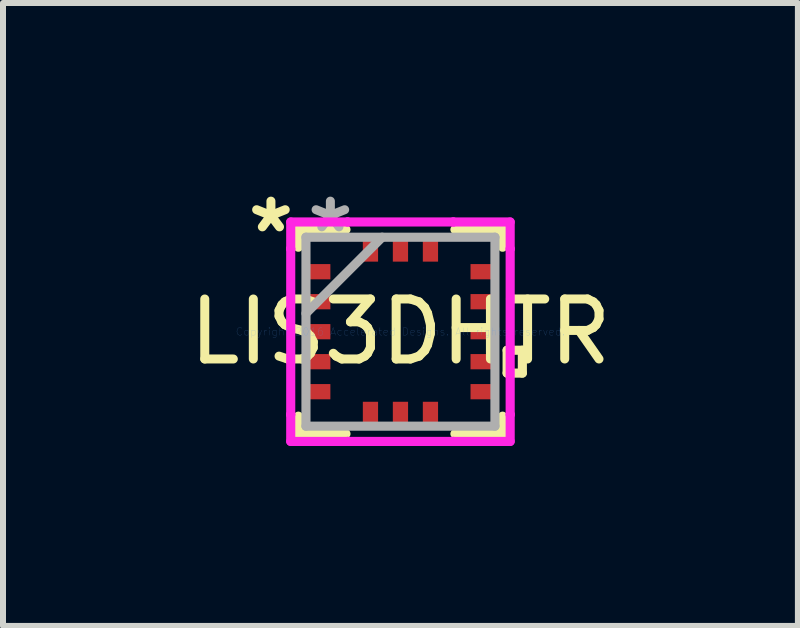
<source format=kicad_pcb>
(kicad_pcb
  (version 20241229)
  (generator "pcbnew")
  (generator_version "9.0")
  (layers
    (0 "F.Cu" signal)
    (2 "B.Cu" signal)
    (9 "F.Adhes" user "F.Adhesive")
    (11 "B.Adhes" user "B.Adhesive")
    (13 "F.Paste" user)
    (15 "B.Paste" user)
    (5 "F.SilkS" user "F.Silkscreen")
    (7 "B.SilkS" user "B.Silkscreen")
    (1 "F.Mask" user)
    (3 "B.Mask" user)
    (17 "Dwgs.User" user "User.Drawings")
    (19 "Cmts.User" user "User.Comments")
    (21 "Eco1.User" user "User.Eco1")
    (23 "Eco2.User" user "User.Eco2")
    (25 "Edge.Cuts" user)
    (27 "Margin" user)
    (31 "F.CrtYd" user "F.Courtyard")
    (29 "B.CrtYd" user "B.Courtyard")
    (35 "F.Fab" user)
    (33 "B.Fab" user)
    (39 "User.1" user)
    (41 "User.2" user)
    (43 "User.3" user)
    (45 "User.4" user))
  (footprint "LIS3DHTR"
    (layer "F.Cu")
    (at 3.625 2.479)
    (property "Reference" "LIS3DHTR" (at 0 0 0) (layer "F.SilkS") (effects (font (size 1 1) (thickness 0.15))))
    (attr through_hole)
    (fp_line (start -1.702 -1.702) (end -1.702 -1.408) (stroke (width 0.152) (type solid)) (layer "F.SilkS"))
    (fp_line (start -1.702 1.408) (end -1.702 1.702) (stroke (width 0.152) (type solid)) (layer "F.SilkS"))
    (fp_line (start -1.702 1.702) (end -0.908 1.702) (stroke (width 0.152) (type solid)) (layer "F.SilkS"))
    (fp_line (start -0.908 -1.702) (end -1.702 -1.702) (stroke (width 0.152) (type solid)) (layer "F.SilkS"))
    (fp_line (start 0.908 1.702) (end 1.702 1.702) (stroke (width 0.152) (type solid)) (layer "F.SilkS"))
    (fp_line (start 1.702 -1.702) (end 0.908 -1.702) (stroke (width 0.152) (type solid)) (layer "F.SilkS"))
    (fp_line (start 1.702 -1.408) (end 1.702 -1.702) (stroke (width 0.152) (type solid)) (layer "F.SilkS"))
    (fp_line (start 1.702 1.702) (end 1.702 1.408) (stroke (width 0.152) (type solid)) (layer "F.SilkS"))
    (fp_line (start 1.778 0.309) (end 2.032 0.309) (stroke (width 0.152) (type solid)) (layer "F.SilkS"))
    (fp_line (start 1.778 0.69) (end 1.778 0.309) (stroke (width 0.152) (type solid)) (layer "F.SilkS"))
    (fp_line (start 2.032 0.309) (end 2.032 0.69) (stroke (width 0.152) (type solid)) (layer "F.SilkS"))
    (fp_line (start 2.032 0.69) (end 1.778 0.69) (stroke (width 0.152) (type solid)) (layer "F.SilkS"))
    (fp_line (start -1.829 -1.829) (end -0.881 -1.829) (stroke (width 0.152) (type solid)) (layer "F.CrtYd"))
    (fp_line (start -1.829 -1.381) (end -1.829 -1.829) (stroke (width 0.152) (type solid)) (layer "F.CrtYd"))
    (fp_line (start -1.829 -1.381) (end -1.829 -1.381) (stroke (width 0.152) (type solid)) (layer "F.CrtYd"))
    (fp_line (start -1.829 1.381) (end -1.829 -1.381) (stroke (width 0.152) (type solid)) (layer "F.CrtYd"))
    (fp_line (start -1.829 1.381) (end -1.829 1.381) (stroke (width 0.152) (type solid)) (layer "F.CrtYd"))
    (fp_line (start -1.829 1.829) (end -1.829 1.381) (stroke (width 0.152) (type solid)) (layer "F.CrtYd"))
    (fp_line (start -0.881 -1.829) (end -0.881 -1.829) (stroke (width 0.152) (type solid)) (layer "F.CrtYd"))
    (fp_line (start -0.881 -1.829) (end 0.881 -1.829) (stroke (width 0.152) (type solid)) (layer "F.CrtYd"))
    (fp_line (start -0.881 1.829) (end -1.829 1.829) (stroke (width 0.152) (type solid)) (layer "F.CrtYd"))
    (fp_line (start -0.881 1.829) (end -0.881 1.829) (stroke (width 0.152) (type solid)) (layer "F.CrtYd"))
    (fp_line (start 0.881 -1.829) (end 0.881 -1.829) (stroke (width 0.152) (type solid)) (layer "F.CrtYd"))
    (fp_line (start 0.881 -1.829) (end 1.829 -1.829) (stroke (width 0.152) (type solid)) (layer "F.CrtYd"))
    (fp_line (start 0.881 1.829) (end -0.881 1.829) (stroke (width 0.152) (type solid)) (layer "F.CrtYd"))
    (fp_line (start 0.881 1.829) (end 0.881 1.829) (stroke (width 0.152) (type solid)) (layer "F.CrtYd"))
    (fp_line (start 1.829 -1.829) (end 1.829 -1.381) (stroke (width 0.152) (type solid)) (layer "F.CrtYd"))
    (fp_line (start 1.829 -1.381) (end 1.829 -1.381) (stroke (width 0.152) (type solid)) (layer "F.CrtYd"))
    (fp_line (start 1.829 -1.381) (end 1.829 1.381) (stroke (width 0.152) (type solid)) (layer "F.CrtYd"))
    (fp_line (start 1.829 1.381) (end 1.829 1.381) (stroke (width 0.152) (type solid)) (layer "F.CrtYd"))
    (fp_line (start 1.829 1.381) (end 1.829 1.829) (stroke (width 0.152) (type solid)) (layer "F.CrtYd"))
    (fp_line (start 1.829 1.829) (end 0.881 1.829) (stroke (width 0.152) (type solid)) (layer "F.CrtYd"))
    (fp_line (start -1.575 -1.575) (end -1.575 1.575) (stroke (width 0.152) (type solid)) (layer "F.Fab"))
    (fp_line (start -1.575 -0.305) (end -0.305 -1.575) (stroke (width 0.152) (type solid)) (layer "F.Fab"))
    (fp_line (start -1.575 1.575) (end 1.575 1.575) (stroke (width 0.152) (type solid)) (layer "F.Fab"))
    (fp_line (start 1.575 -1.575) (end -1.575 -1.575) (stroke (width 0.152) (type solid)) (layer "F.Fab"))
    (fp_line (start 1.575 1.575) (end 1.575 -1.575) (stroke (width 0.152) (type solid)) (layer "F.Fab"))
    (fp_text user "*" (at -2.159 -1.631 0) (layer "F.SilkS") (effects (font (size 1 1) (thickness 0.15))))
    (fp_text user "Copyright 2016 Accelerated Designs. All rights reserved." (at 0 0 0) (layer "Cmts.User") (effects (font (size 0.127 0.127) (thickness 0.002))))
    (fp_text user "*" (at -1.168 -1.631 0) (layer "F.Fab") (effects (font (size 1 1) (thickness 0.15))))
    (pad "1" smd rect (at -1.346 -1 90) (size 0.254 0.356) (layers "F.Cu" "F.Mask" "F.Paste"))
    (pad "2" smd rect (at -1.346 -0.5 90) (size 0.254 0.356) (layers "F.Cu" "F.Mask" "F.Paste"))
    (pad "3" smd rect (at -1.346 0 90) (size 0.254 0.356) (layers "F.Cu" "F.Mask" "F.Paste"))
    (pad "4" smd rect (at -1.346 0.5 90) (size 0.254 0.356) (layers "F.Cu" "F.Mask" "F.Paste"))
    (pad "5" smd rect (at -1.346 1 90) (size 0.254 0.356) (layers "F.Cu" "F.Mask" "F.Paste"))
    (pad "6" smd rect (at -0.5 1.346) (size 0.254 0.356) (layers "F.Cu" "F.Mask" "F.Paste"))
    (pad "7" smd rect (at 0 1.346) (size 0.254 0.356) (layers "F.Cu" "F.Mask" "F.Paste"))
    (pad "8" smd rect (at 0.5 1.346) (size 0.254 0.356) (layers "F.Cu" "F.Mask" "F.Paste"))
    (pad "9" smd rect (at 1.346 1 90) (size 0.254 0.356) (layers "F.Cu" "F.Mask" "F.Paste"))
    (pad "10" smd rect (at 1.346 0.5 90) (size 0.254 0.356) (layers "F.Cu" "F.Mask" "F.Paste"))
    (pad "11" smd rect (at 1.346 0 90) (size 0.254 0.356) (layers "F.Cu" "F.Mask" "F.Paste"))
    (pad "12" smd rect (at 1.346 -0.5 90) (size 0.254 0.356) (layers "F.Cu" "F.Mask" "F.Paste"))
    (pad "13" smd rect (at 1.346 -1 90) (size 0.254 0.356) (layers "F.Cu" "F.Mask" "F.Paste"))
    (pad "14" smd rect (at 0.5 -1.346) (size 0.254 0.356) (layers "F.Cu" "F.Mask" "F.Paste"))
    (pad "15" smd rect (at 0 -1.346) (size 0.254 0.356) (layers "F.Cu" "F.Mask" "F.Paste"))
    (pad "16" smd rect (at -0.5 -1.346) (size 0.254 0.356) (layers "F.Cu" "F.Mask" "F.Paste")))
  (gr_rect
    (start -3 -3)
    (end 10.25 7.384)
    (stroke (width 0.1) (type default))
    (fill no)
    (layer "Edge.Cuts")))
</source>
